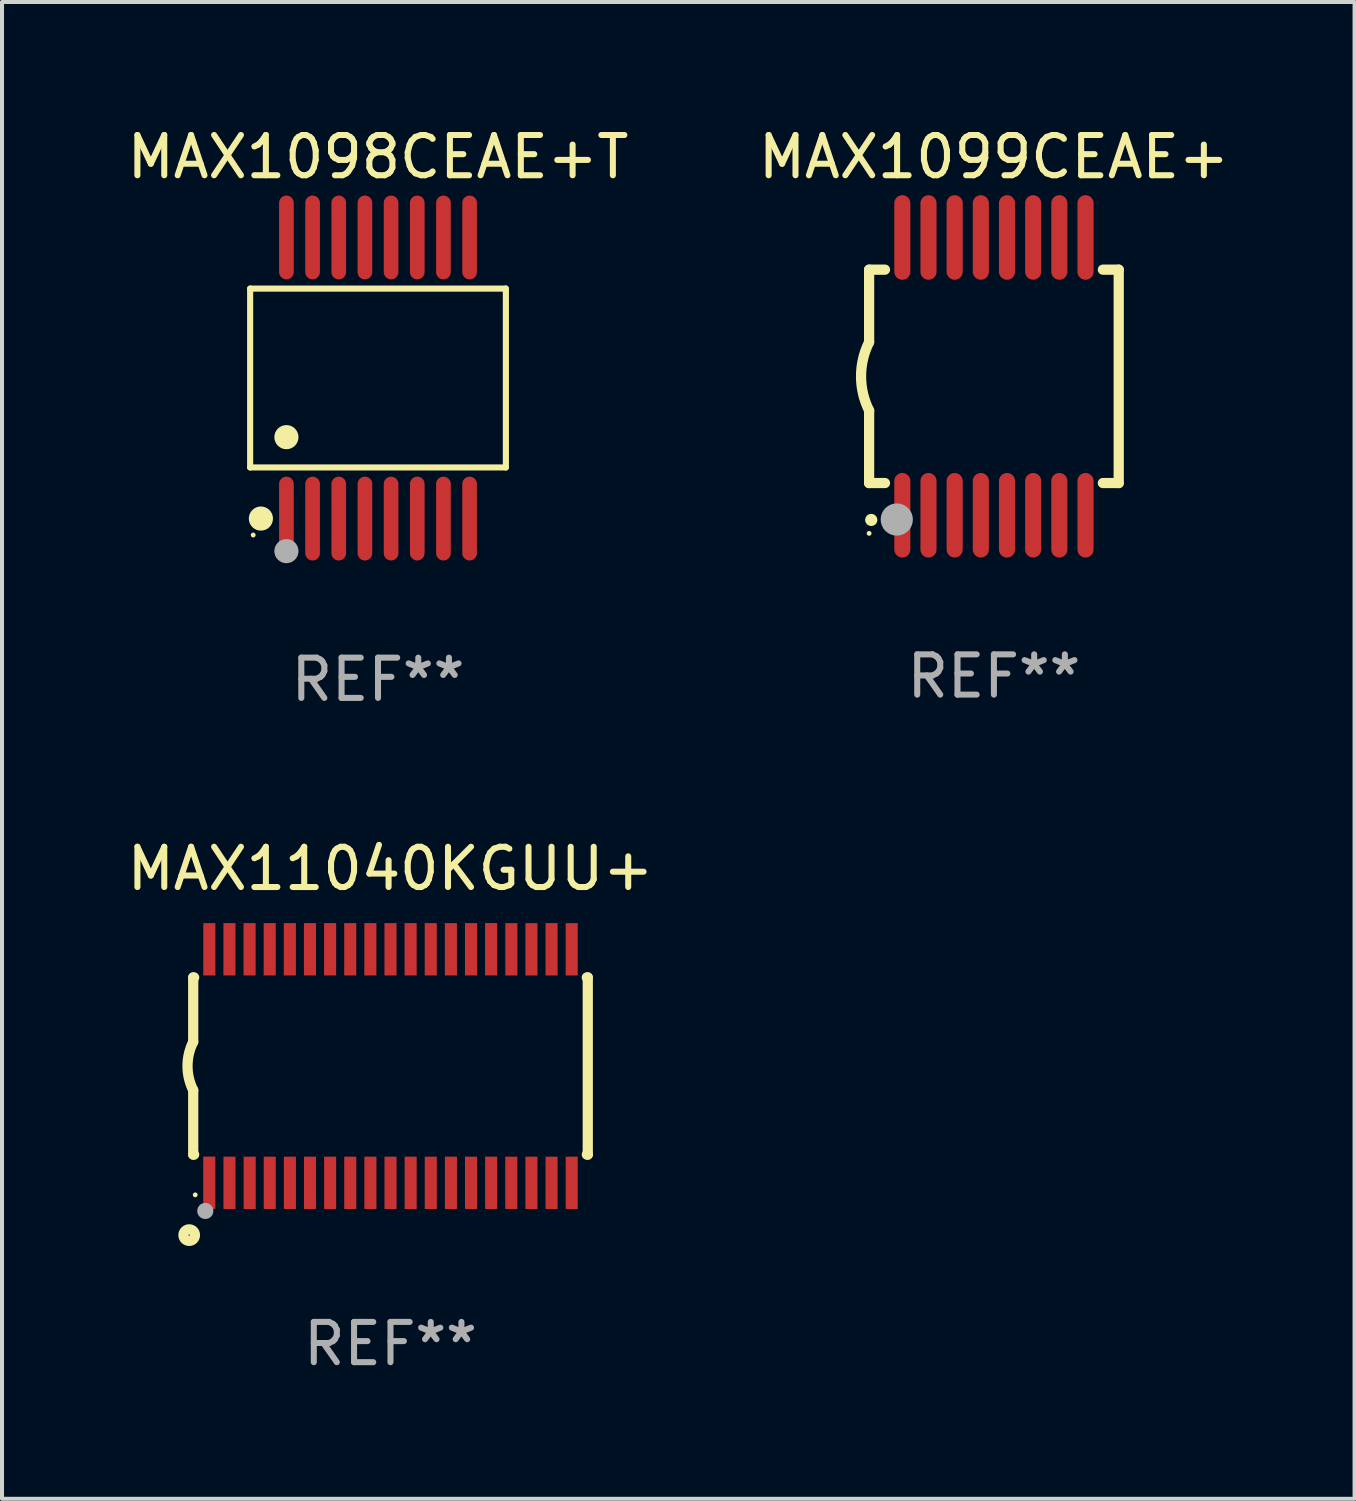
<source format=kicad_pcb>
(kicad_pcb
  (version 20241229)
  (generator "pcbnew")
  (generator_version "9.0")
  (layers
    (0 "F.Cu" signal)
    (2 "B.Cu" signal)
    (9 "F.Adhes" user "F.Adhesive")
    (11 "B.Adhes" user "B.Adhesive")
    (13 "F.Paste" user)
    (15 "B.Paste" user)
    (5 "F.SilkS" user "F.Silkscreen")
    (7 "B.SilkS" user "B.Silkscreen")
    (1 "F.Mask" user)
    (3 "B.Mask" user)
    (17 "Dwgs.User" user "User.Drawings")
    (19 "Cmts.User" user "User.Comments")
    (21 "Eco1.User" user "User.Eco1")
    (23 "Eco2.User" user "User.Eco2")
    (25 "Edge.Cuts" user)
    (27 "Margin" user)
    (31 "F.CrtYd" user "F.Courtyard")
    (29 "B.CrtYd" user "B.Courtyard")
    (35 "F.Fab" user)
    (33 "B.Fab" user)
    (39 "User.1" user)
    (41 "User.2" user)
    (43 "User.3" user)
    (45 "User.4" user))
  (footprint "MAX11040KGUU+"
    (layer "F.Cu")
    (at 6.649 23.428)
    (property "Reference" "MAX11040KGUU+" (at 0 -4.901 0) (layer "F.SilkS") (effects (font (size 1 1) (thickness 0.15))))
    (attr through_hole)
    (fp_line (start -4.9 -2.2) (end -4.9 -0.6) (stroke (width 0.254) (type solid)) (layer "F.SilkS"))
    (fp_line (start -4.9 -2.2) (end -4.876 -2.2) (stroke (width 0.254) (type solid)) (layer "F.SilkS"))
    (fp_line (start -4.9 2.2) (end -4.9 0.6) (stroke (width 0.254) (type solid)) (layer "F.SilkS"))
    (fp_line (start -4.9 2.2) (end -4.877 2.2) (stroke (width 0.254) (type solid)) (layer "F.SilkS"))
    (fp_line (start 4.876 -2.2) (end 4.9 -2.2) (stroke (width 0.254) (type solid)) (layer "F.SilkS"))
    (fp_line (start 4.877 2.2) (end 4.9 2.2) (stroke (width 0.254) (type solid)) (layer "F.SilkS"))
    (fp_line (start 4.9 -2.2) (end 4.9 2.2) (stroke (width 0.254) (type solid)) (layer "F.SilkS"))
    (fp_arc (start -4.900051 0.599822) (mid -5.041652 -0.000095) (end -4.9 -0.6) (stroke (width 0.254001) (type solid)) (layer "F.SilkS"))
    (fp_circle (center -5 4.2) (end -4.857 4.2) (stroke (width 0.254) (type solid)) (fill no) (layer "F.SilkS"))
    (fp_circle (center -4.85 3.2) (end -4.82 3.2) (stroke (width 0.06) (type solid)) (fill no) (layer "F.SilkS"))
    (fp_circle (center -4.6 3.6) (end -4.5 3.6) (stroke (width 0.2) (type solid)) (fill no) (layer "F.Fab"))
    (fp_text user "REF**" (at 0 6.901 0) (layer "F.Fab") (effects (font (size 1 1) (thickness 0.15))))
    (pad "1" smd rect (at -4.501 2.899 90) (size 1.3 0.3) (layers "F.Cu" "F.Mask" "F.Paste"))
    (pad "2" smd rect (at -3.999 2.901 90) (size 1.3 0.3) (layers "F.Cu" "F.Mask" "F.Paste"))
    (pad "3" smd rect (at -3.498 2.901 90) (size 1.3 0.3) (layers "F.Cu" "F.Mask" "F.Paste"))
    (pad "4" smd rect (at -2.999 2.901 90) (size 1.3 0.3) (layers "F.Cu" "F.Mask" "F.Paste"))
    (pad "5" smd rect (at -2.499 2.901 90) (size 1.3 0.3) (layers "F.Cu" "F.Mask" "F.Paste"))
    (pad "6" smd rect (at -1.999 2.901 90) (size 1.3 0.3) (layers "F.Cu" "F.Mask" "F.Paste"))
    (pad "7" smd rect (at -1.499 2.901 90) (size 1.3 0.3) (layers "F.Cu" "F.Mask" "F.Paste"))
    (pad "8" smd rect (at -0.999 2.901 90) (size 1.3 0.3) (layers "F.Cu" "F.Mask" "F.Paste"))
    (pad "9" smd rect (at -0.499 2.901 90) (size 1.3 0.3) (layers "F.Cu" "F.Mask" "F.Paste"))
    (pad "10" smd rect (at 0.001 2.901 90) (size 1.3 0.3) (layers "F.Cu" "F.Mask" "F.Paste"))
    (pad "11" smd rect (at 0.501 2.901 90) (size 1.3 0.3) (layers "F.Cu" "F.Mask" "F.Paste"))
    (pad "12" smd rect (at 1.001 2.901 90) (size 1.3 0.3) (layers "F.Cu" "F.Mask" "F.Paste"))
    (pad "13" smd rect (at 1.501 2.901 90) (size 1.3 0.3) (layers "F.Cu" "F.Mask" "F.Paste"))
    (pad "14" smd rect (at 2.001 2.901 90) (size 1.3 0.3) (layers "F.Cu" "F.Mask" "F.Paste"))
    (pad "15" smd rect (at 2.501 2.901 90) (size 1.3 0.3) (layers "F.Cu" "F.Mask" "F.Paste"))
    (pad "16" smd rect (at 3.001 2.901 90) (size 1.3 0.3) (layers "F.Cu" "F.Mask" "F.Paste"))
    (pad "17" smd rect (at 3.501 2.901 90) (size 1.3 0.3) (layers "F.Cu" "F.Mask" "F.Paste"))
    (pad "18" smd rect (at 4.001 2.901 90) (size 1.3 0.3) (layers "F.Cu" "F.Mask" "F.Paste"))
    (pad "19" smd rect (at 4.501 2.901 90) (size 1.3 0.3) (layers "F.Cu" "F.Mask" "F.Paste"))
    (pad "20" smd rect (at 4.501 -2.899 90) (size 1.3 0.3) (layers "F.Cu" "F.Mask" "F.Paste"))
    (pad "21" smd rect (at 4.001 -2.9 90) (size 1.3 0.3) (layers "F.Cu" "F.Mask" "F.Paste"))
    (pad "22" smd rect (at 3.501 -2.899 90) (size 1.3 0.3) (layers "F.Cu" "F.Mask" "F.Paste"))
    (pad "23" smd rect (at 3.002 -2.899 90) (size 1.3 0.3) (layers "F.Cu" "F.Mask" "F.Paste"))
    (pad "24" smd rect (at 2.499 -2.901 90) (size 1.3 0.3) (layers "F.Cu" "F.Mask" "F.Paste"))
    (pad "25" smd rect (at 2 -2.9 90) (size 1.3 0.3) (layers "F.Cu" "F.Mask" "F.Paste"))
    (pad "26" smd rect (at 1.5 -2.9 90) (size 1.3 0.3) (layers "F.Cu" "F.Mask" "F.Paste"))
    (pad "27" smd rect (at 1 -2.9 90) (size 1.3 0.3) (layers "F.Cu" "F.Mask" "F.Paste"))
    (pad "28" smd rect (at 0.5 -2.9 90) (size 1.3 0.3) (layers "F.Cu" "F.Mask" "F.Paste"))
    (pad "29" smd rect (at 0.000127 -2.9 90) (size 1.3 0.3) (layers "F.Cu" "F.Mask" "F.Paste"))
    (pad "30" smd rect (at -0.5 -2.9 90) (size 1.3 0.3) (layers "F.Cu" "F.Mask" "F.Paste"))
    (pad "31" smd rect (at -1 -2.9 90) (size 1.3 0.3) (layers "F.Cu" "F.Mask" "F.Paste"))
    (pad "32" smd rect (at -1.5 -2.9 90) (size 1.3 0.3) (layers "F.Cu" "F.Mask" "F.Paste"))
    (pad "33" smd rect (at -2 -2.9 90) (size 1.3 0.3) (layers "F.Cu" "F.Mask" "F.Paste"))
    (pad "34" smd rect (at -2.5 -2.9 90) (size 1.3 0.3) (layers "F.Cu" "F.Mask" "F.Paste"))
    (pad "35" smd rect (at -3 -2.9 90) (size 1.3 0.3) (layers "F.Cu" "F.Mask" "F.Paste"))
    (pad "36" smd rect (at -3.5 -2.9 90) (size 1.3 0.3) (layers "F.Cu" "F.Mask" "F.Paste"))
    (pad "37" smd rect (at -4 -2.9 90) (size 1.3 0.3) (layers "F.Cu" "F.Mask" "F.Paste"))
    (pad "38" smd rect (at -4.5 -2.9 90) (size 1.3 0.3) (layers "F.Cu" "F.Mask" "F.Paste")))
  (footprint "MAX1098CEAE+T"
    (layer "F.Cu")
    (at 6.339 6.339)
    (property "Reference" "MAX1098CEAE+T" (at 0 -5.491 0) (layer "F.SilkS") (effects (font (size 1 1) (thickness 0.15))))
    (attr through_hole)
    (fp_line (start -3.176 -2.221) (end 3.176 -2.221) (stroke (width 0.152) (type solid)) (layer "F.SilkS"))
    (fp_line (start -3.176 2.221) (end -3.176 -2.221) (stroke (width 0.152) (type solid)) (layer "F.SilkS"))
    (fp_line (start 3.176 -2.221) (end 3.176 2.221) (stroke (width 0.152) (type solid)) (layer "F.SilkS"))
    (fp_line (start 3.176 2.221) (end -3.176 2.221) (stroke (width 0.152) (type solid)) (layer "F.SilkS"))
    (fp_circle (center -3.1 3.9) (end -3.07 3.9) (stroke (width 0.06) (type solid)) (fill no) (layer "F.SilkS"))
    (fp_circle (center -2.909 3.491) (end -2.759 3.491) (stroke (width 0.3) (type solid)) (fill no) (layer "F.SilkS"))
    (fp_circle (center -2.275 1.469) (end -2.125 1.469) (stroke (width 0.3) (type solid)) (fill no) (layer "F.SilkS"))
    (fp_circle (center -2.275 4.3) (end -2.125 4.3) (stroke (width 0.3) (type solid)) (fill no) (layer "F.Fab"))
    (fp_text user "REF**" (at 0 7.491 0) (layer "F.Fab") (effects (font (size 1 1) (thickness 0.15))))
    (pad "1" smd oval (at -2.275 3.491) (size 0.364 2.082) (layers "F.Cu" "F.Mask" "F.Paste"))
    (pad "2" smd oval (at -1.625 3.491) (size 0.364 2.082) (layers "F.Cu" "F.Mask" "F.Paste"))
    (pad "3" smd oval (at -0.975 3.491) (size 0.364 2.082) (layers "F.Cu" "F.Mask" "F.Paste"))
    (pad "4" smd oval (at -0.325 3.491) (size 0.364 2.082) (layers "F.Cu" "F.Mask" "F.Paste"))
    (pad "5" smd oval (at 0.325 3.491) (size 0.364 2.082) (layers "F.Cu" "F.Mask" "F.Paste"))
    (pad "6" smd oval (at 0.975 3.491) (size 0.364 2.082) (layers "F.Cu" "F.Mask" "F.Paste"))
    (pad "7" smd oval (at 1.625 3.491) (size 0.364 2.082) (layers "F.Cu" "F.Mask" "F.Paste"))
    (pad "8" smd oval (at 2.275 3.491) (size 0.364 2.082) (layers "F.Cu" "F.Mask" "F.Paste"))
    (pad "9" smd oval (at 2.275 -3.491) (size 0.364 2.082) (layers "F.Cu" "F.Mask" "F.Paste"))
    (pad "10" smd oval (at 1.625 -3.491) (size 0.364 2.082) (layers "F.Cu" "F.Mask" "F.Paste"))
    (pad "11" smd oval (at 0.975 -3.491) (size 0.364 2.082) (layers "F.Cu" "F.Mask" "F.Paste"))
    (pad "12" smd oval (at 0.325 -3.491) (size 0.364 2.082) (layers "F.Cu" "F.Mask" "F.Paste"))
    (pad "13" smd oval (at -0.325 -3.491) (size 0.364 2.082) (layers "F.Cu" "F.Mask" "F.Paste"))
    (pad "14" smd oval (at -0.975 -3.491) (size 0.364 2.082) (layers "F.Cu" "F.Mask" "F.Paste"))
    (pad "15" smd oval (at -1.625 -3.491) (size 0.364 2.082) (layers "F.Cu" "F.Mask" "F.Paste"))
    (pad "16" smd oval (at -2.275 -3.491) (size 0.364 2.082) (layers "F.Cu" "F.Mask" "F.Paste")))
  (footprint "MAX1099CEAE+"
    (layer "F.Cu")
    (at 21.637 6.298)
    (property "Reference" "MAX1099CEAE+" (at 0 -5.45 0) (layer "F.SilkS") (effects (font (size 1 1) (thickness 0.15))))
    (attr through_hole)
    (fp_line (start -3.1 -2.65) (end -3.1 -0.85) (stroke (width 0.254) (type solid)) (layer "F.SilkS"))
    (fp_line (start -3.1 -2.65) (end -2.706 -2.65) (stroke (width 0.254) (type solid)) (layer "F.SilkS"))
    (fp_line (start -3.1 2.65) (end -3.1 0.85) (stroke (width 0.254) (type solid)) (layer "F.SilkS"))
    (fp_line (start -3.1 2.65) (end -2.706 2.65) (stroke (width 0.254) (type solid)) (layer "F.SilkS"))
    (fp_line (start 2.706 -2.65) (end 3.1 -2.65) (stroke (width 0.254) (type solid)) (layer "F.SilkS"))
    (fp_line (start 2.706 2.65) (end 3.1 2.65) (stroke (width 0.254) (type solid)) (layer "F.SilkS"))
    (fp_line (start 3.1 -2.65) (end 3.1 2.65) (stroke (width 0.254) (type solid)) (layer "F.SilkS"))
    (fp_arc (start -3.098907 0.850902) (mid -3.300057 0.000523) (end -3.1 -0.850114) (stroke (width 0.254001) (type solid)) (layer "F.SilkS"))
    (fp_arc (start -3.048006 3.566066) (mid -3.046736 3.566061) (end -3.045466 3.566066) (stroke (width 0.3) (type solid)) (layer "F.SilkS"))
    (fp_circle (center -3.1 3.9) (end -3.07 3.9) (stroke (width 0.06) (type solid)) (fill no) (layer "F.SilkS"))
    (fp_circle (center -2.413 3.556) (end -2.213 3.556) (stroke (width 0.4) (type solid)) (fill no) (layer "F.Fab"))
    (fp_text user "REF**" (at 0 7.45 0) (layer "F.Fab") (effects (font (size 1 1) (thickness 0.15))))
    (pad "1" smd oval (at -2.275 3.45 180) (size 0.4 2.1) (layers "F.Cu" "F.Mask" "F.Paste"))
    (pad "2" smd oval (at -1.625 3.45 180) (size 0.4 2.1) (layers "F.Cu" "F.Mask" "F.Paste"))
    (pad "3" smd oval (at -0.975 3.45 180) (size 0.4 2.1) (layers "F.Cu" "F.Mask" "F.Paste"))
    (pad "4" smd oval (at -0.325 3.45 180) (size 0.4 2.1) (layers "F.Cu" "F.Mask" "F.Paste"))
    (pad "5" smd oval (at 0.325 3.45 180) (size 0.4 2.1) (layers "F.Cu" "F.Mask" "F.Paste"))
    (pad "6" smd oval (at 0.975 3.45 180) (size 0.4 2.1) (layers "F.Cu" "F.Mask" "F.Paste"))
    (pad "7" smd oval (at 1.625 3.45 180) (size 0.4 2.1) (layers "F.Cu" "F.Mask" "F.Paste"))
    (pad "8" smd oval (at 2.275 3.45 180) (size 0.4 2.1) (layers "F.Cu" "F.Mask" "F.Paste"))
    (pad "9" smd oval (at 2.275 -3.45 180) (size 0.4 2.1) (layers "F.Cu" "F.Mask" "F.Paste"))
    (pad "10" smd oval (at 1.625 -3.45 180) (size 0.4 2.1) (layers "F.Cu" "F.Mask" "F.Paste"))
    (pad "11" smd oval (at 0.975 -3.45 180) (size 0.4 2.1) (layers "F.Cu" "F.Mask" "F.Paste"))
    (pad "12" smd oval (at 0.325 -3.45 180) (size 0.4 2.1) (layers "F.Cu" "F.Mask" "F.Paste"))
    (pad "13" smd oval (at -0.325 -3.45 180) (size 0.4 2.1) (layers "F.Cu" "F.Mask" "F.Paste"))
    (pad "14" smd oval (at -0.975 -3.45 180) (size 0.4 2.1) (layers "F.Cu" "F.Mask" "F.Paste"))
    (pad "15" smd oval (at -1.625 -3.45 180) (size 0.4 2.1) (layers "F.Cu" "F.Mask" "F.Paste"))
    (pad "16" smd oval (at -2.275 -3.45 180) (size 0.4 2.1) (layers "F.Cu" "F.Mask" "F.Paste")))
  (gr_rect
    (start -3 -3)
    (end 30.595 34.177)
    (stroke (width 0.1) (type default))
    (fill no)
    (layer "Edge.Cuts")))
</source>
